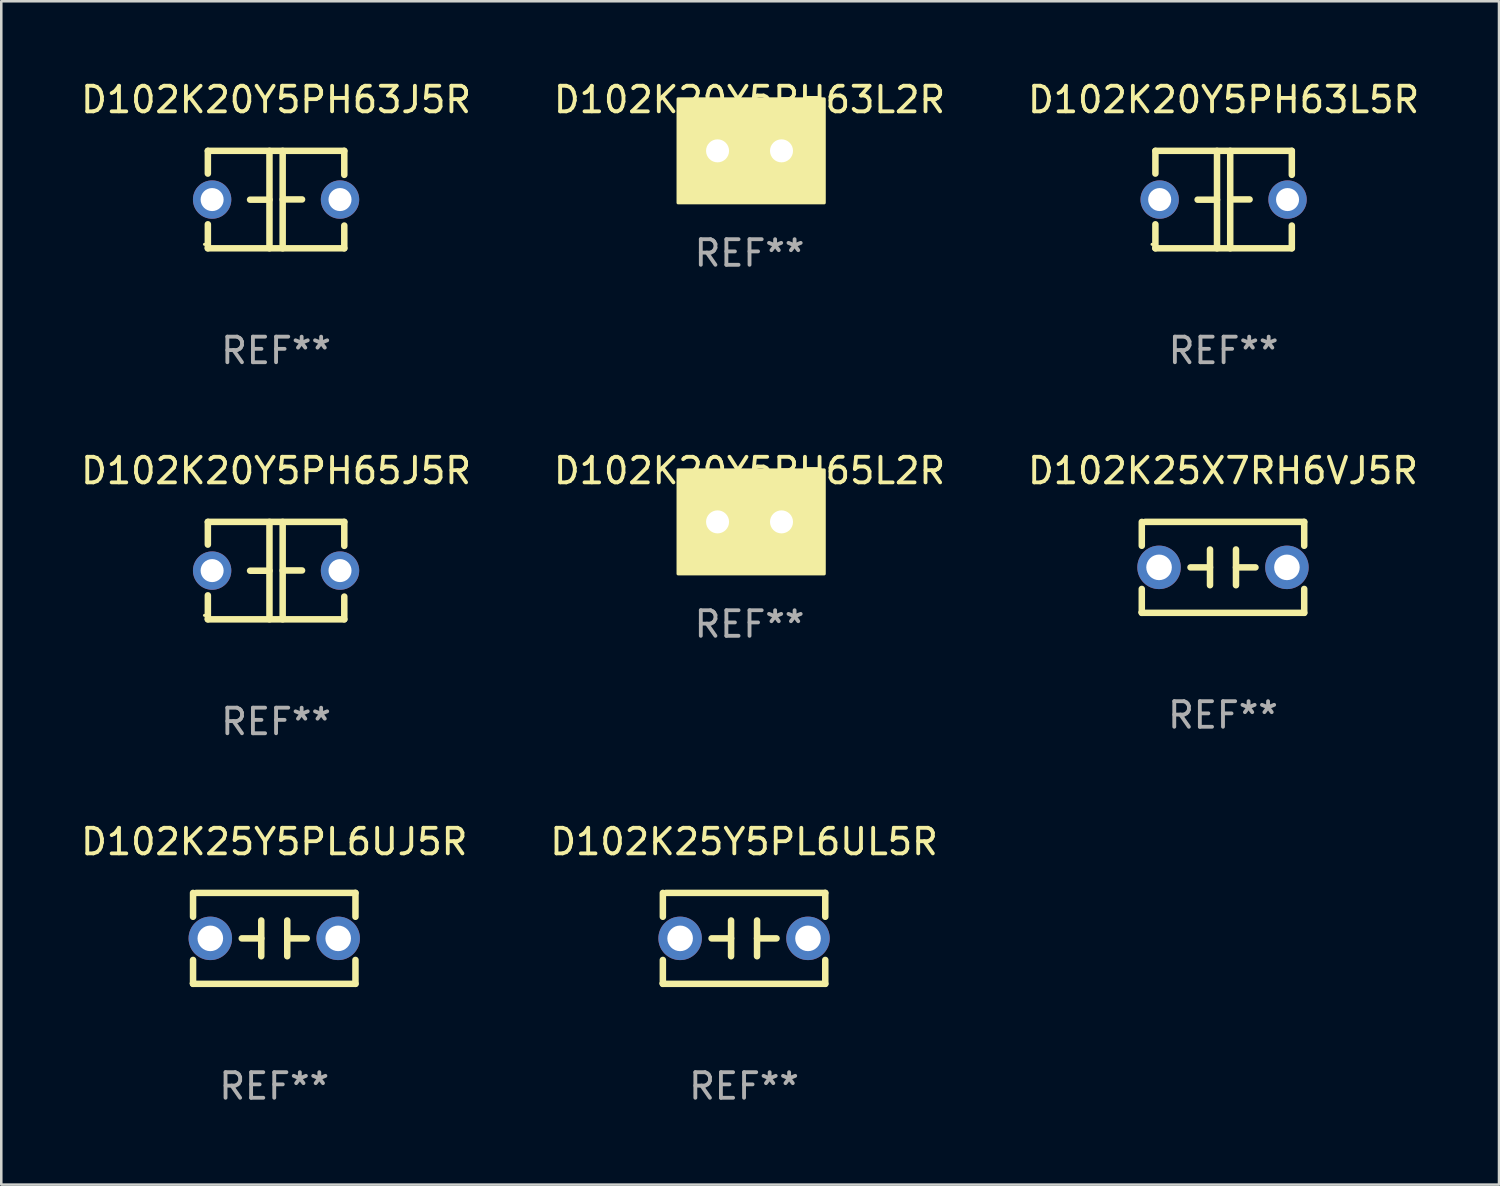
<source format=kicad_pcb>
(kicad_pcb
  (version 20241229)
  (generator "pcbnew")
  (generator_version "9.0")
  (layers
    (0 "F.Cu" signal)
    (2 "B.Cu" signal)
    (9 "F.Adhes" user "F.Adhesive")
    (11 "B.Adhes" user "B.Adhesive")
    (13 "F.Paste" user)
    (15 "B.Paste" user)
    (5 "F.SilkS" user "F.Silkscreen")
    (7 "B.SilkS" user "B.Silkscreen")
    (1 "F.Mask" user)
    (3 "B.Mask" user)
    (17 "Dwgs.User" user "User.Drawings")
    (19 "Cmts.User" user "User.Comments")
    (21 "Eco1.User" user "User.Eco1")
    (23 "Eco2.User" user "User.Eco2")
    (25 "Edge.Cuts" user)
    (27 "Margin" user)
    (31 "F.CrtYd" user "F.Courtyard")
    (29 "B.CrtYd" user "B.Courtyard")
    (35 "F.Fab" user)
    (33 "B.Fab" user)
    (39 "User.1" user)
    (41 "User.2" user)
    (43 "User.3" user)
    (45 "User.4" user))
  (footprint "D102K25Y5PL6UL5R"
    (layer "F.Cu")
    (at 26.042 33.639)
    (property "Reference" "D102K25Y5PL6UL5R" (at 0 -3.778 0) (layer "F.SilkS") (effects (font (size 1 1) (thickness 0.15))))
    (attr through_hole)
    (fp_line (start -3.175 -1.778) (end -3.175 -0.844) (stroke (width 0.254) (type solid)) (layer "F.SilkS"))
    (fp_line (start -3.175 0.844) (end -3.175 1.778) (stroke (width 0.254) (type solid)) (layer "F.SilkS"))
    (fp_line (start -3.175 1.778) (end 3.175 1.778) (stroke (width 0.254) (type solid)) (layer "F.SilkS"))
    (fp_line (start -0.508 -0.699) (end -0.508 0.699) (stroke (width 0.254) (type solid)) (layer "F.SilkS"))
    (fp_line (start -0.508 0.001) (end -1.27 0.001) (stroke (width 0.254) (type solid)) (layer "F.SilkS"))
    (fp_line (start 0.508 0.001) (end 1.27 0.001) (stroke (width 0.254) (type solid)) (layer "F.SilkS"))
    (fp_line (start 0.508 0.699) (end 0.508 -0.699) (stroke (width 0.254) (type solid)) (layer "F.SilkS"))
    (fp_line (start 3.175 -1.778) (end -3.048 -1.778) (stroke (width 0.254) (type solid)) (layer "F.SilkS"))
    (fp_line (start 3.175 -0.844) (end 3.175 -1.778) (stroke (width 0.254) (type solid)) (layer "F.SilkS"))
    (fp_line (start 3.175 1.778) (end 3.175 0.844) (stroke (width 0.254) (type solid)) (layer "F.SilkS"))
    (fp_circle (center -3.25 1.75) (end -3.22 1.75) (stroke (width 0.06) (type solid)) (fill no) (layer "F.SilkS"))
    (fp_text user "REF**" (at 0 5.778 0) (layer "F.Fab") (effects (font (size 1 1) (thickness 0.15))))
    (pad "1" thru_hole circle (at -2.5 0) (size 1.7 1.7) (drill 1) (layers "*.Cu" "*.Mask"))
    (pad "2" thru_hole circle (at 2.5 0) (size 1.7 1.7) (drill 1) (layers "*.Cu" "*.Mask")))
  (footprint "D102K20Y5PH65J5R"
    (layer "F.Cu")
    (at 7.744 19.26)
    (property "Reference" "D102K20Y5PH65J5R" (at 0 -3.905 0) (layer "F.SilkS") (effects (font (size 1 1) (thickness 0.15))))
    (attr through_hole)
    (fp_line (start -2.667 -1.905) (end -2.667 -1.016) (stroke (width 0.254) (type solid)) (layer "F.SilkS"))
    (fp_line (start -2.667 0.967) (end -2.667 1.905) (stroke (width 0.254) (type solid)) (layer "F.SilkS"))
    (fp_line (start -2.667 1.905) (end 2.667 1.905) (stroke (width 0.254) (type solid)) (layer "F.SilkS"))
    (fp_line (start -0.258 0.005) (end -1.016 0.005) (stroke (width 0.254) (type solid)) (layer "F.SilkS"))
    (fp_line (start -0.258 1.905) (end -0.258 -1.905) (stroke (width 0.254) (type solid)) (layer "F.SilkS"))
    (fp_line (start 0.258 -1.905) (end 0.258 1.905) (stroke (width 0.254) (type solid)) (layer "F.SilkS"))
    (fp_line (start 0.258 -0.005) (end 1.016 -0.005) (stroke (width 0.254) (type solid)) (layer "F.SilkS"))
    (fp_line (start 2.667 -1.905) (end -2.667 -1.905) (stroke (width 0.254) (type solid)) (layer "F.SilkS"))
    (fp_line (start 2.667 -0.967) (end 2.667 -1.905) (stroke (width 0.254) (type solid)) (layer "F.SilkS"))
    (fp_line (start 2.667 1.905) (end 2.667 1.016) (stroke (width 0.254) (type solid)) (layer "F.SilkS"))
    (fp_circle (center -2.8 1.75) (end -2.77 1.75) (stroke (width 0.06) (type solid)) (fill no) (layer "F.SilkS"))
    (fp_text user "REF**" (at 0 5.905 0) (layer "F.Fab") (effects (font (size 1 1) (thickness 0.15))))
    (pad "1" thru_hole circle (at -2.5 0) (size 1.5 1.5) (drill 0.9) (layers "*.Cu" "*.Mask"))
    (pad "2" thru_hole circle (at 2.5 0) (size 1.5 1.5) (drill 0.9) (layers "*.Cu" "*.Mask")))
  (footprint "D102K20Y5PH63L2R"
    (layer "F.Cu")
    (at 26.256 2.848)
    (property "Reference" "D102K20Y5PH63L2R" (at 0 -2 0) (layer "F.SilkS") (effects (font (size 1 1) (thickness 0.15))))
    (attr through_hole)
    (fp_circle (center -2.5 1.75) (end -2.47 1.75) (stroke (width 0.06) (type solid)) (fill no) (layer "F.SilkS"))
    (fp_poly (pts (xy -2.794 -2.032) (xy 2.921 -2.032) (xy 2.921 2.032) (xy -2.794 2.032)) (stroke (width 0.12) (type solid)) (fill yes) (layer "F.SilkS"))
    (fp_text user "REF**" (at 0 4 0) (layer "F.Fab") (effects (font (size 1 1) (thickness 0.15))))
    (pad "1" thru_hole circle (at -1.25 0) (size 1.5 1.5) (drill 0.9) (layers "*.Cu" "*.Mask"))
    (pad "2" thru_hole circle (at 1.25 0) (size 1.5 1.5) (drill 0.9) (layers "*.Cu" "*.Mask")))
  (footprint "D102K20Y5PH65L2R"
    (layer "F.Cu")
    (at 26.256 17.355)
    (property "Reference" "D102K20Y5PH65L2R" (at 0 -2 0) (layer "F.SilkS") (effects (font (size 1 1) (thickness 0.15))))
    (attr through_hole)
    (fp_circle (center -2.5 1.75) (end -2.47 1.75) (stroke (width 0.06) (type solid)) (fill no) (layer "F.SilkS"))
    (fp_poly (pts (xy -2.794 -2.032) (xy 2.921 -2.032) (xy 2.921 2.032) (xy -2.794 2.032)) (stroke (width 0.12) (type solid)) (fill yes) (layer "F.SilkS"))
    (fp_text user "REF**" (at 0 4 0) (layer "F.Fab") (effects (font (size 1 1) (thickness 0.15))))
    (pad "1" thru_hole circle (at -1.25 0) (size 1.5 1.5) (drill 0.9) (layers "*.Cu" "*.Mask"))
    (pad "2" thru_hole circle (at 1.25 0) (size 1.5 1.5) (drill 0.9) (layers "*.Cu" "*.Mask")))
  (footprint "D102K20Y5PH63J5R"
    (layer "F.Cu")
    (at 7.744 4.753)
    (property "Reference" "D102K20Y5PH63J5R" (at 0 -3.905 0) (layer "F.SilkS") (effects (font (size 1 1) (thickness 0.15))))
    (attr through_hole)
    (fp_line (start -2.667 -1.905) (end -2.667 -1.016) (stroke (width 0.254) (type solid)) (layer "F.SilkS"))
    (fp_line (start -2.667 0.967) (end -2.667 1.905) (stroke (width 0.254) (type solid)) (layer "F.SilkS"))
    (fp_line (start -2.667 1.905) (end 2.667 1.905) (stroke (width 0.254) (type solid)) (layer "F.SilkS"))
    (fp_line (start -0.258 0.005) (end -1.016 0.005) (stroke (width 0.254) (type solid)) (layer "F.SilkS"))
    (fp_line (start -0.258 1.905) (end -0.258 -1.905) (stroke (width 0.254) (type solid)) (layer "F.SilkS"))
    (fp_line (start 0.258 -1.905) (end 0.258 1.905) (stroke (width 0.254) (type solid)) (layer "F.SilkS"))
    (fp_line (start 0.258 -0.005) (end 1.016 -0.005) (stroke (width 0.254) (type solid)) (layer "F.SilkS"))
    (fp_line (start 2.667 -1.905) (end -2.667 -1.905) (stroke (width 0.254) (type solid)) (layer "F.SilkS"))
    (fp_line (start 2.667 -0.967) (end 2.667 -1.905) (stroke (width 0.254) (type solid)) (layer "F.SilkS"))
    (fp_line (start 2.667 1.905) (end 2.667 1.016) (stroke (width 0.254) (type solid)) (layer "F.SilkS"))
    (fp_circle (center -2.8 1.75) (end -2.77 1.75) (stroke (width 0.06) (type solid)) (fill no) (layer "F.SilkS"))
    (fp_text user "REF**" (at 0 5.905 0) (layer "F.Fab") (effects (font (size 1 1) (thickness 0.15))))
    (pad "1" thru_hole circle (at -2.5 0) (size 1.5 1.5) (drill 0.9) (layers "*.Cu" "*.Mask"))
    (pad "2" thru_hole circle (at 2.5 0) (size 1.5 1.5) (drill 0.9) (layers "*.Cu" "*.Mask")))
  (footprint "D102K20Y5PH63L5R"
    (layer "F.Cu")
    (at 44.792 4.753)
    (property "Reference" "D102K20Y5PH63L5R" (at 0 -3.905 0) (layer "F.SilkS") (effects (font (size 1 1) (thickness 0.15))))
    (attr through_hole)
    (fp_line (start -2.667 -1.905) (end -2.667 -1.016) (stroke (width 0.254) (type solid)) (layer "F.SilkS"))
    (fp_line (start -2.667 0.967) (end -2.667 1.905) (stroke (width 0.254) (type solid)) (layer "F.SilkS"))
    (fp_line (start -2.667 1.905) (end 2.667 1.905) (stroke (width 0.254) (type solid)) (layer "F.SilkS"))
    (fp_line (start -0.258 0.005) (end -1.016 0.005) (stroke (width 0.254) (type solid)) (layer "F.SilkS"))
    (fp_line (start -0.258 1.905) (end -0.258 -1.905) (stroke (width 0.254) (type solid)) (layer "F.SilkS"))
    (fp_line (start 0.258 -1.905) (end 0.258 1.905) (stroke (width 0.254) (type solid)) (layer "F.SilkS"))
    (fp_line (start 0.258 -0.005) (end 1.016 -0.005) (stroke (width 0.254) (type solid)) (layer "F.SilkS"))
    (fp_line (start 2.667 -1.905) (end -2.667 -1.905) (stroke (width 0.254) (type solid)) (layer "F.SilkS"))
    (fp_line (start 2.667 -0.967) (end 2.667 -1.905) (stroke (width 0.254) (type solid)) (layer "F.SilkS"))
    (fp_line (start 2.667 1.905) (end 2.667 1.016) (stroke (width 0.254) (type solid)) (layer "F.SilkS"))
    (fp_circle (center -2.8 1.75) (end -2.77 1.75) (stroke (width 0.06) (type solid)) (fill no) (layer "F.SilkS"))
    (fp_text user "REF**" (at 0 5.905 0) (layer "F.Fab") (effects (font (size 1 1) (thickness 0.15))))
    (pad "1" thru_hole circle (at -2.5 0) (size 1.5 1.5) (drill 0.9) (layers "*.Cu" "*.Mask"))
    (pad "2" thru_hole circle (at 2.5 0) (size 1.5 1.5) (drill 0.9) (layers "*.Cu" "*.Mask")))
  (footprint "D102K25Y5PL6UJ5R"
    (layer "F.Cu")
    (at 7.673 33.639)
    (property "Reference" "D102K25Y5PL6UJ5R" (at 0 -3.778 0) (layer "F.SilkS") (effects (font (size 1 1) (thickness 0.15))))
    (attr through_hole)
    (fp_line (start -3.175 -1.778) (end -3.175 -0.844) (stroke (width 0.254) (type solid)) (layer "F.SilkS"))
    (fp_line (start -3.175 0.844) (end -3.175 1.778) (stroke (width 0.254) (type solid)) (layer "F.SilkS"))
    (fp_line (start -3.175 1.778) (end 3.175 1.778) (stroke (width 0.254) (type solid)) (layer "F.SilkS"))
    (fp_line (start -0.508 -0.699) (end -0.508 0.699) (stroke (width 0.254) (type solid)) (layer "F.SilkS"))
    (fp_line (start -0.508 0.001) (end -1.27 0.001) (stroke (width 0.254) (type solid)) (layer "F.SilkS"))
    (fp_line (start 0.508 0.001) (end 1.27 0.001) (stroke (width 0.254) (type solid)) (layer "F.SilkS"))
    (fp_line (start 0.508 0.699) (end 0.508 -0.699) (stroke (width 0.254) (type solid)) (layer "F.SilkS"))
    (fp_line (start 3.175 -1.778) (end -3.048 -1.778) (stroke (width 0.254) (type solid)) (layer "F.SilkS"))
    (fp_line (start 3.175 -0.844) (end 3.175 -1.778) (stroke (width 0.254) (type solid)) (layer "F.SilkS"))
    (fp_line (start 3.175 1.778) (end 3.175 0.844) (stroke (width 0.254) (type solid)) (layer "F.SilkS"))
    (fp_circle (center -3.25 1.75) (end -3.22 1.75) (stroke (width 0.06) (type solid)) (fill no) (layer "F.SilkS"))
    (fp_text user "REF**" (at 0 5.778 0) (layer "F.Fab") (effects (font (size 1 1) (thickness 0.15))))
    (pad "1" thru_hole circle (at -2.5 0) (size 1.7 1.7) (drill 1) (layers "*.Cu" "*.Mask"))
    (pad "2" thru_hole circle (at 2.5 0) (size 1.7 1.7) (drill 1) (layers "*.Cu" "*.Mask")))
  (footprint "D102K25X7RH6VJ5R"
    (layer "F.Cu")
    (at 44.768 19.133)
    (property "Reference" "D102K25X7RH6VJ5R" (at 0 -3.778 0) (layer "F.SilkS") (effects (font (size 1 1) (thickness 0.15))))
    (attr through_hole)
    (fp_line (start -3.175 -1.778) (end -3.175 -0.844) (stroke (width 0.254) (type solid)) (layer "F.SilkS"))
    (fp_line (start -3.175 0.844) (end -3.175 1.778) (stroke (width 0.254) (type solid)) (layer "F.SilkS"))
    (fp_line (start -3.175 1.778) (end 3.175 1.778) (stroke (width 0.254) (type solid)) (layer "F.SilkS"))
    (fp_line (start -0.508 -0.699) (end -0.508 0.699) (stroke (width 0.254) (type solid)) (layer "F.SilkS"))
    (fp_line (start -0.508 0.001) (end -1.27 0.001) (stroke (width 0.254) (type solid)) (layer "F.SilkS"))
    (fp_line (start 0.508 0.001) (end 1.27 0.001) (stroke (width 0.254) (type solid)) (layer "F.SilkS"))
    (fp_line (start 0.508 0.699) (end 0.508 -0.699) (stroke (width 0.254) (type solid)) (layer "F.SilkS"))
    (fp_line (start 3.175 -1.778) (end -3.048 -1.778) (stroke (width 0.254) (type solid)) (layer "F.SilkS"))
    (fp_line (start 3.175 -0.844) (end 3.175 -1.778) (stroke (width 0.254) (type solid)) (layer "F.SilkS"))
    (fp_line (start 3.175 1.778) (end 3.175 0.844) (stroke (width 0.254) (type solid)) (layer "F.SilkS"))
    (fp_circle (center -3.25 1.75) (end -3.22 1.75) (stroke (width 0.06) (type solid)) (fill no) (layer "F.SilkS"))
    (fp_text user "REF**" (at 0 5.778 0) (layer "F.Fab") (effects (font (size 1 1) (thickness 0.15))))
    (pad "1" thru_hole circle (at -2.5 0) (size 1.7 1.7) (drill 1) (layers "*.Cu" "*.Mask"))
    (pad "2" thru_hole circle (at 2.5 0) (size 1.7 1.7) (drill 1) (layers "*.Cu" "*.Mask")))
  (gr_rect
    (start -3 -3)
    (end 55.56 43.266)
    (stroke (width 0.1) (type default))
    (fill no)
    (layer "Edge.Cuts")))
</source>
